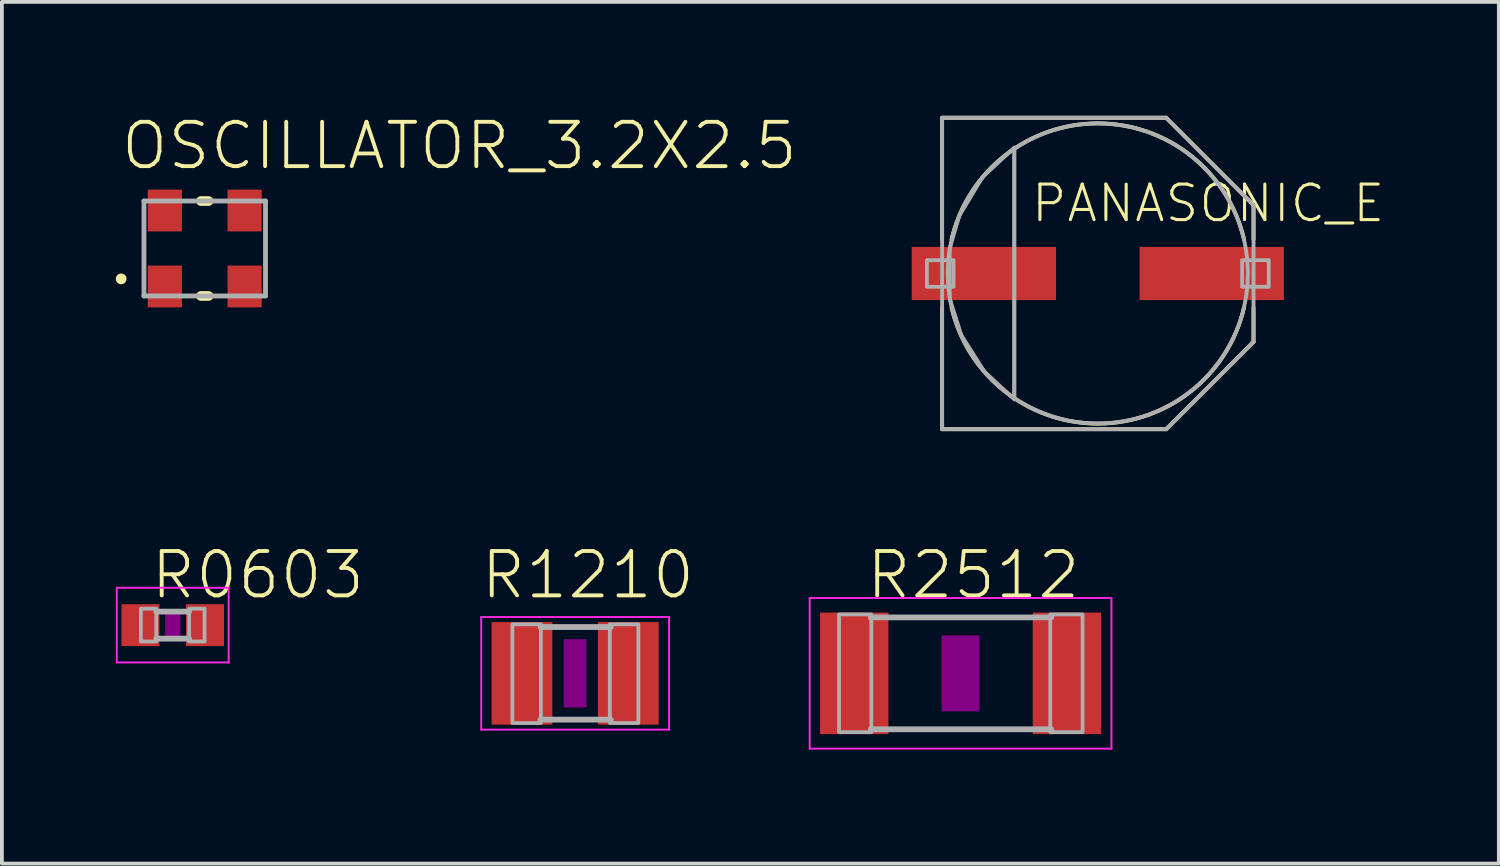
<source format=kicad_pcb>
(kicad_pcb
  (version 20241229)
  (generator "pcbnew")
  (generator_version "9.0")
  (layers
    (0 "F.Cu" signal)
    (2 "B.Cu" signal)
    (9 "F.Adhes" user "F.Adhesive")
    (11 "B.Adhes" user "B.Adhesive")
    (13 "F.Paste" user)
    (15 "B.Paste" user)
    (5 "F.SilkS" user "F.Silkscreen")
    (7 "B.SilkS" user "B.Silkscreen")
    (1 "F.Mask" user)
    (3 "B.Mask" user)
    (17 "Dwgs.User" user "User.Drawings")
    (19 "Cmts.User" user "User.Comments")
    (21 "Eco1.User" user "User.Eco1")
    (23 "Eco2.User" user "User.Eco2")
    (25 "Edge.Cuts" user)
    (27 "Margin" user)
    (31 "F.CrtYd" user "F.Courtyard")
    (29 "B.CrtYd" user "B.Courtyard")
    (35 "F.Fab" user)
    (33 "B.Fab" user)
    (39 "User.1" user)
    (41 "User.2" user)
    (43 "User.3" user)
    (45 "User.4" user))
  (footprint "PANASONIC_E"
    (layer "F.Cu")
    (at 25.857 4.151)
    (property "Reference" "PANASONIC_E" (at -1.8 -1.3 0) (layer "F.SilkS") (effects (font (size 0.935 0.935) (thickness 0.081)) (justify left bottom)))
    (fp_line (start -4.1 -4.1) (end 1.8 -4.1) (stroke (width 0.102) (type solid)) (layer "F.SilkS"))
    (fp_line (start -4.1 -0.9) (end -4.1 -4.1) (stroke (width 0.102) (type solid)) (layer "F.SilkS"))
    (fp_line (start -4.1 4.1) (end -4.1 0.9) (stroke (width 0.102) (type solid)) (layer "F.SilkS"))
    (fp_line (start 1.8 -4.1) (end 4.1 -1.8) (stroke (width 0.102) (type solid)) (layer "F.SilkS"))
    (fp_line (start 1.8 4.1) (end -4.1 4.1) (stroke (width 0.102) (type solid)) (layer "F.SilkS"))
    (fp_line (start 4.1 -1.8) (end 4.1 -0.9) (stroke (width 0.102) (type solid)) (layer "F.SilkS"))
    (fp_line (start 4.1 0.9) (end 4.1 1.8) (stroke (width 0.102) (type solid)) (layer "F.SilkS"))
    (fp_line (start 4.1 1.8) (end 1.8 4.1) (stroke (width 0.102) (type solid)) (layer "F.SilkS"))
    (fp_arc (start -3.85 -0.9) (mid 0 -3.953796) (end 3.85 -0.9) (stroke (width 0.1016) (type solid)) (layer "F.SilkS"))
    (fp_arc (start 3.85 0.9) (mid 0 3.953796) (end -3.85 0.9) (stroke (width 0.1016) (type solid)) (layer "F.SilkS"))
    (fp_line (start -4.1 -4.1) (end 1.8 -4.1) (stroke (width 0.102) (type solid)) (layer "F.Fab"))
    (fp_line (start -4.1 4.1) (end -4.1 -4.1) (stroke (width 0.102) (type solid)) (layer "F.Fab"))
    (fp_line (start -2.2 -3.25) (end -2.2 3.25) (stroke (width 0.102) (type solid)) (layer "F.Fab"))
    (fp_line (start 1.8 -4.1) (end 4.1 -1.8) (stroke (width 0.102) (type solid)) (layer "F.Fab"))
    (fp_line (start 1.8 4.1) (end -4.1 4.1) (stroke (width 0.102) (type solid)) (layer "F.Fab"))
    (fp_line (start 4.1 -1.8) (end 4.1 1.8) (stroke (width 0.102) (type solid)) (layer "F.Fab"))
    (fp_line (start 4.1 1.8) (end 1.8 4.1) (stroke (width 0.102) (type solid)) (layer "F.Fab"))
    (fp_circle (center 0 0) (end 3.95 0) (stroke (width 0.102) (type solid)) (fill no) (layer "F.Fab"))
    (fp_poly (pts (xy -4.5 0.35) (xy -3.8 0.35) (xy -3.8 -0.35) (xy -4.5 -0.35)) (stroke (width 0.1) (type solid)) (fill no) (layer "F.Fab"))
    (fp_poly (pts (xy 3.8 0.35) (xy 4.5 0.35) (xy 4.5 -0.35) (xy 3.8 -0.35)) (stroke (width 0.1) (type solid)) (fill no) (layer "F.Fab"))
    (fp_poly (pts (xy -2.199 3.316) (xy -2.989 2.583) (xy -3.596 1.622) (xy -3.901 0.658) (xy -3.901 -0.657) (xy -3.647 -1.521) (xy -3.04 -2.532) (xy -2.199 -3.317)) (stroke (width 0.1) (type solid)) (fill no) (layer "F.Fab"))
    (pad "+" smd rect (at 3 0) (size 3.8 1.4) (layers "F.Cu" "F.Mask" "F.Paste"))
    (pad "-" smd rect (at -3 0) (size 3.8 1.4) (layers "F.Cu" "F.Mask" "F.Paste")))
  (footprint "R1210"
    (layer "F.Cu")
    (at 12.094 14.68)
    (property "Reference" "R1210" (at -2.54 -1.905 0) (layer "F.SilkS") (effects (font (size 1.168 1.168) (thickness 0.102)) (justify left bottom)))
    (fp_poly (pts (xy -0.3 0.9) (xy 0.3 0.9) (xy 0.3 -0.9) (xy -0.3 -0.9)) (stroke (width 0) (type solid)) (fill yes) (layer "F.Adhes"))
    (fp_line (start -2.473 -1.483) (end 2.473 -1.483) (stroke (width 0.051) (type solid)) (layer "F.CrtYd"))
    (fp_line (start -2.473 1.483) (end -2.473 -1.483) (stroke (width 0.051) (type solid)) (layer "F.CrtYd"))
    (fp_line (start 2.473 -1.483) (end 2.473 1.483) (stroke (width 0.051) (type solid)) (layer "F.CrtYd"))
    (fp_line (start 2.473 1.483) (end -2.473 1.483) (stroke (width 0.051) (type solid)) (layer "F.CrtYd"))
    (fp_line (start -0.913 -1.219) (end 0.939 -1.219) (stroke (width 0.152) (type solid)) (layer "F.Fab"))
    (fp_line (start -0.913 1.219) (end 0.939 1.219) (stroke (width 0.152) (type solid)) (layer "F.Fab"))
    (fp_poly (pts (xy -1.651 1.308) (xy -0.901 1.308) (xy -0.901 -1.292) (xy -1.651 -1.292)) (stroke (width 0.1) (type solid)) (fill no) (layer "F.Fab"))
    (fp_poly (pts (xy 0.914 1.308) (xy 1.665 1.308) (xy 1.665 -1.292) (xy 0.914 -1.292)) (stroke (width 0.1) (type solid)) (fill no) (layer "F.Fab"))
    (pad "1" smd rect (at -1.4 0) (size 1.6 2.7) (layers "F.Cu" "F.Mask" "F.Paste"))
    (pad "2" smd rect (at 1.4 0) (size 1.6 2.7) (layers "F.Cu" "F.Mask" "F.Paste")))
  (footprint "OSCILLATOR_3.2X2.5"
    (layer "F.Cu")
    (at 2.341 3.493)
    (property "Reference" "OSCILLATOR_3.2X2.5" (at -2.26 -2.02 0) (layer "F.SilkS") (effects (font (size 1.168 1.168) (thickness 0.102)) (justify left bottom)))
    (fp_line (start -0.1 -1.25) (end 0.1 -1.25) (stroke (width 0.254) (type solid)) (layer "F.SilkS"))
    (fp_line (start -0.1 1.25) (end 0.1 1.25) (stroke (width 0.254) (type solid)) (layer "F.SilkS"))
    (fp_circle (center -2.2 0.8) (end -2.129 0.8) (stroke (width 0.141) (type solid)) (fill yes) (layer "F.SilkS"))
    (fp_line (start -1.6 -1.25) (end 1.6 -1.25) (stroke (width 0.127) (type solid)) (layer "F.Fab"))
    (fp_line (start -1.6 1.25) (end -1.6 -1.25) (stroke (width 0.127) (type solid)) (layer "F.Fab"))
    (fp_line (start 1.6 -1.25) (end 1.6 1.25) (stroke (width 0.127) (type solid)) (layer "F.Fab"))
    (fp_line (start 1.6 1.25) (end -1.6 1.25) (stroke (width 0.127) (type solid)) (layer "F.Fab"))
    (pad "P$1" smd rect (at -1.05 1) (size 0.9 1.1) (layers "F.Cu" "F.Mask" "F.Paste"))
    (pad "P$2" smd rect (at 1.05 1) (size 0.9 1.1) (layers "F.Cu" "F.Mask" "F.Paste"))
    (pad "P$3" smd rect (at 1.05 -1) (size 0.9 1.1) (layers "F.Cu" "F.Mask" "F.Paste"))
    (pad "P$4" smd rect (at -1.05 -1) (size 0.9 1.1) (layers "F.Cu" "F.Mask" "F.Paste")))
  (footprint "R2512"
    (layer "F.Cu")
    (at 22.243 14.68)
    (property "Reference" "R2512" (at -2.54 -1.905 0) (layer "F.SilkS") (effects (font (size 1.168 1.168) (thickness 0.102)) (justify left bottom)))
    (fp_poly (pts (xy -0.5 1) (xy 0.5 1) (xy 0.5 -1) (xy -0.5 -1)) (stroke (width 0) (type solid)) (fill yes) (layer "F.Adhes"))
    (fp_line (start -3.973 -1.983) (end 3.973 -1.983) (stroke (width 0.051) (type solid)) (layer "F.CrtYd"))
    (fp_line (start -3.973 1.983) (end -3.973 -1.983) (stroke (width 0.051) (type solid)) (layer "F.CrtYd"))
    (fp_line (start 3.973 -1.983) (end 3.973 1.983) (stroke (width 0.051) (type solid)) (layer "F.CrtYd"))
    (fp_line (start 3.973 1.983) (end -3.973 1.983) (stroke (width 0.051) (type solid)) (layer "F.CrtYd"))
    (fp_line (start -2.362 -1.473) (end 2.387 -1.473) (stroke (width 0.152) (type solid)) (layer "F.Fab"))
    (fp_line (start -2.362 1.473) (end 2.387 1.473) (stroke (width 0.152) (type solid)) (layer "F.Fab"))
    (fp_poly (pts (xy -3.2 1.549) (xy -2.35 1.549) (xy -2.35 -1.551) (xy -3.2 -1.551)) (stroke (width 0.1) (type solid)) (fill no) (layer "F.Fab"))
    (fp_poly (pts (xy 2.362 1.549) (xy 3.212 1.549) (xy 3.212 -1.551) (xy 2.362 -1.551)) (stroke (width 0.1) (type solid)) (fill no) (layer "F.Fab"))
    (pad "1" smd rect (at -2.8 0) (size 1.8 3.2) (layers "F.Cu" "F.Mask" "F.Paste"))
    (pad "2" smd rect (at 2.8 0) (size 1.8 3.2) (layers "F.Cu" "F.Mask" "F.Paste")))
  (footprint "R0603"
    (layer "F.Cu")
    (at 1.498 13.41)
    (property "Reference" "R0603" (at -0.635 -0.635 0) (layer "F.SilkS") (effects (font (size 1.168 1.168) (thickness 0.102)) (justify left bottom)))
    (fp_poly (pts (xy -0.2 0.4) (xy 0.2 0.4) (xy 0.2 -0.4) (xy -0.2 -0.4)) (stroke (width 0) (type solid)) (fill yes) (layer "F.Adhes"))
    (fp_line (start -1.473 -0.983) (end 1.473 -0.983) (stroke (width 0.051) (type solid)) (layer "F.CrtYd"))
    (fp_line (start -1.473 0.983) (end -1.473 -0.983) (stroke (width 0.051) (type solid)) (layer "F.CrtYd"))
    (fp_line (start 1.473 -0.983) (end 1.473 0.983) (stroke (width 0.051) (type solid)) (layer "F.CrtYd"))
    (fp_line (start 1.473 0.983) (end -1.473 0.983) (stroke (width 0.051) (type solid)) (layer "F.CrtYd"))
    (fp_line (start -0.432 0.356) (end 0.432 0.356) (stroke (width 0.152) (type solid)) (layer "F.Fab"))
    (fp_line (start 0.432 -0.356) (end -0.432 -0.356) (stroke (width 0.152) (type solid)) (layer "F.Fab"))
    (fp_poly (pts (xy -0.838 0.432) (xy -0.432 0.432) (xy -0.432 -0.432) (xy -0.838 -0.432)) (stroke (width 0.1) (type solid)) (fill no) (layer "F.Fab"))
    (fp_poly (pts (xy 0.432 0.432) (xy 0.838 0.432) (xy 0.838 -0.432) (xy 0.432 -0.432)) (stroke (width 0.1) (type solid)) (fill no) (layer "F.Fab"))
    (pad "1" smd rect (at -0.85 0) (size 1 1.1) (layers "F.Cu" "F.Mask" "F.Paste"))
    (pad "2" smd rect (at 0.85 0) (size 1 1.1) (layers "F.Cu" "F.Mask" "F.Paste")))
  (gr_rect
    (start -3 -3)
    (end 36.416 19.688)
    (stroke (width 0.1) (type default))
    (fill no)
    (layer "Edge.Cuts")))
</source>
